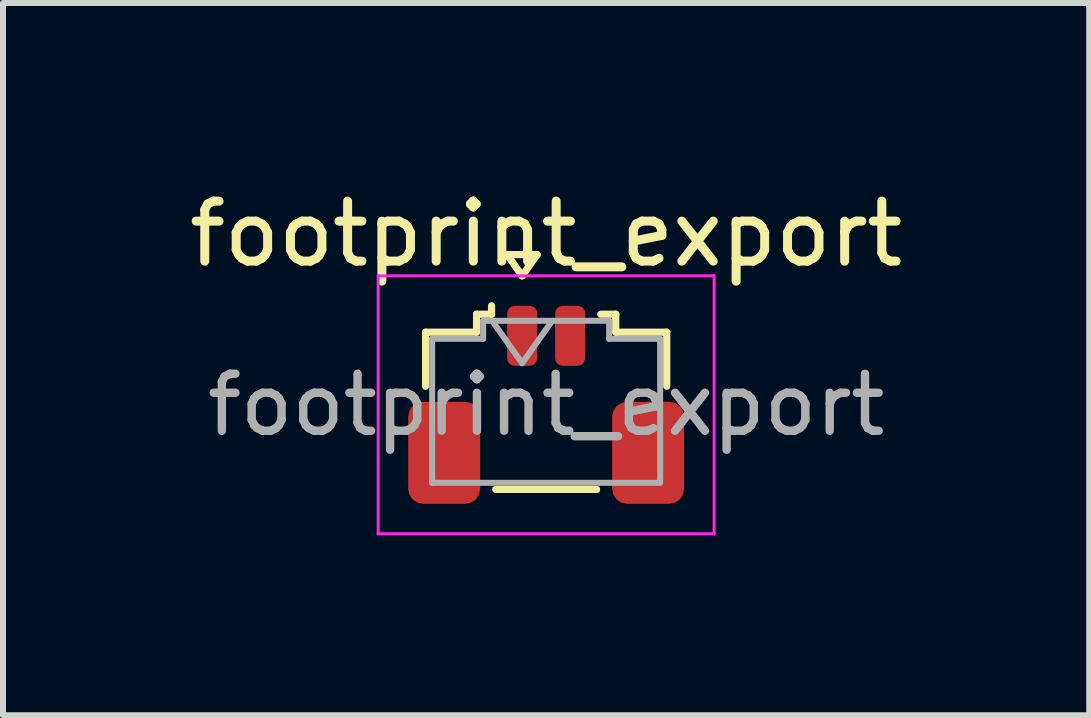
<source format=kicad_pcb>
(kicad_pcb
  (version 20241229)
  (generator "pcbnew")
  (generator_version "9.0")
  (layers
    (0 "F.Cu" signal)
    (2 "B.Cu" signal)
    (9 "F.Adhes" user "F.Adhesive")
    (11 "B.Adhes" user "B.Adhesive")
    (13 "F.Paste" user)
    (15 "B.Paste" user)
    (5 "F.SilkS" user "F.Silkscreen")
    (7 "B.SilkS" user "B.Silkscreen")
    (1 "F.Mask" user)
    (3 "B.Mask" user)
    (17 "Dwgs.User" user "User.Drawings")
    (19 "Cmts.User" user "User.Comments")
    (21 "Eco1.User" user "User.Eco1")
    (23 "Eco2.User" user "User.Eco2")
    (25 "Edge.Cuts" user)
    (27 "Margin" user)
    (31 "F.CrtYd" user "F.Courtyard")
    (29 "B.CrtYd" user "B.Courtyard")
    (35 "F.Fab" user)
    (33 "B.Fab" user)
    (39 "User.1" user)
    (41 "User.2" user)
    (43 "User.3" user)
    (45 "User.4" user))
  (footprint "footprint_export"
    (layer "F.Cu")
    (at 6.054 3.698)
    (property "Reference" "footprint_export" (at 0 -2.85 0) (layer "F.SilkS") (effects (font (size 1 1) (thickness 0.15))))
    (attr smd)
    (fp_line (start -2.01 -1.21) (end -1.16 -1.21) (stroke (width 0.12) (type solid)) (layer "F.SilkS"))
    (fp_line (start -2.01 -0.31) (end -2.01 -1.21) (stroke (width 0.12) (type solid)) (layer "F.SilkS"))
    (fp_line (start -1.16 -1.51) (end -0.91 -1.51) (stroke (width 0.12) (type solid)) (layer "F.SilkS"))
    (fp_line (start -1.16 -1.21) (end -1.16 -1.51) (stroke (width 0.12) (type solid)) (layer "F.SilkS"))
    (fp_line (start -0.91 -1.51) (end -0.91 -1.65) (stroke (width 0.12) (type solid)) (layer "F.SilkS"))
    (fp_line (start -0.84 1.41) (end 0.84 1.41) (stroke (width 0.12) (type solid)) (layer "F.SilkS"))
    (fp_line (start -0.65 -2.504) (end -0.4 -2.15) (stroke (width 0.12) (type solid)) (layer "F.SilkS"))
    (fp_line (start -0.4 -2.15) (end -0.15 -2.504) (stroke (width 0.12) (type solid)) (layer "F.SilkS"))
    (fp_line (start -0.15 -2.504) (end -0.65 -2.504) (stroke (width 0.12) (type solid)) (layer "F.SilkS"))
    (fp_line (start 1.16 -1.51) (end 0.91 -1.51) (stroke (width 0.12) (type solid)) (layer "F.SilkS"))
    (fp_line (start 1.16 -1.21) (end 1.16 -1.51) (stroke (width 0.12) (type solid)) (layer "F.SilkS"))
    (fp_line (start 2.01 -1.21) (end 1.16 -1.21) (stroke (width 0.12) (type solid)) (layer "F.SilkS"))
    (fp_line (start 2.01 -0.31) (end 2.01 -1.21) (stroke (width 0.12) (type solid)) (layer "F.SilkS"))
    (fp_line (start -2.8 -2.15) (end -2.8 2.15) (stroke (width 0.05) (type solid)) (layer "F.CrtYd"))
    (fp_line (start -2.8 2.15) (end 2.8 2.15) (stroke (width 0.05) (type solid)) (layer "F.CrtYd"))
    (fp_line (start 2.8 -2.15) (end -2.8 -2.15) (stroke (width 0.05) (type solid)) (layer "F.CrtYd"))
    (fp_line (start 2.8 2.15) (end 2.8 -2.15) (stroke (width 0.05) (type solid)) (layer "F.CrtYd"))
    (fp_line (start -1.9 -1.1) (end -1.9 1.3) (stroke (width 0.1) (type solid)) (layer "F.Fab"))
    (fp_line (start -1.9 -1.1) (end -1.05 -1.1) (stroke (width 0.1) (type solid)) (layer "F.Fab"))
    (fp_line (start -1.9 1.3) (end 1.9 1.3) (stroke (width 0.1) (type solid)) (layer "F.Fab"))
    (fp_line (start -1.05 -1.4) (end 1.05 -1.4) (stroke (width 0.1) (type solid)) (layer "F.Fab"))
    (fp_line (start -1.05 -1.1) (end -1.05 -1.4) (stroke (width 0.1) (type solid)) (layer "F.Fab"))
    (fp_line (start -0.9 -1.4) (end -0.4 -0.693) (stroke (width 0.1) (type solid)) (layer "F.Fab"))
    (fp_line (start -0.4 -0.693) (end 0.1 -1.4) (stroke (width 0.1) (type solid)) (layer "F.Fab"))
    (fp_line (start 1.05 -1.4) (end 1.05 -1.1) (stroke (width 0.1) (type solid)) (layer "F.Fab"))
    (fp_line (start 1.05 -1.1) (end 1.9 -1.1) (stroke (width 0.1) (type solid)) (layer "F.Fab"))
    (fp_line (start 1.9 -1.1) (end 1.9 1.3) (stroke (width 0.1) (type solid)) (layer "F.Fab"))
    (fp_text user "${REFERENCE}" (at 0 0 0) (layer "F.Fab") (effects (font (size 0.95 0.95) (thickness 0.14))))
    (pad "1" smd roundrect (at -0.4 -1.15) (size 0.5 1) (layers "F.Cu" "F.Mask" "F.Paste") (roundrect_rratio 0.25))
    (pad "2" smd roundrect (at 0.4 -1.15) (size 0.5 1) (layers "F.Cu" "F.Mask" "F.Paste") (roundrect_rratio 0.25))
    (pad "MP" smd roundrect (at -1.7 0.8) (size 1.2 1.7) (layers "F.Cu" "F.Mask" "F.Paste") (roundrect_rratio 0.208))
    (pad "MP" smd roundrect (at 1.7 0.8) (size 1.2 1.7) (layers "F.Cu" "F.Mask" "F.Paste") (roundrect_rratio 0.208)))
  (gr_rect
    (start -3 -3)
    (end 15.107 8.873)
    (stroke (width 0.1) (type default))
    (fill no)
    (layer "Edge.Cuts")))
</source>
